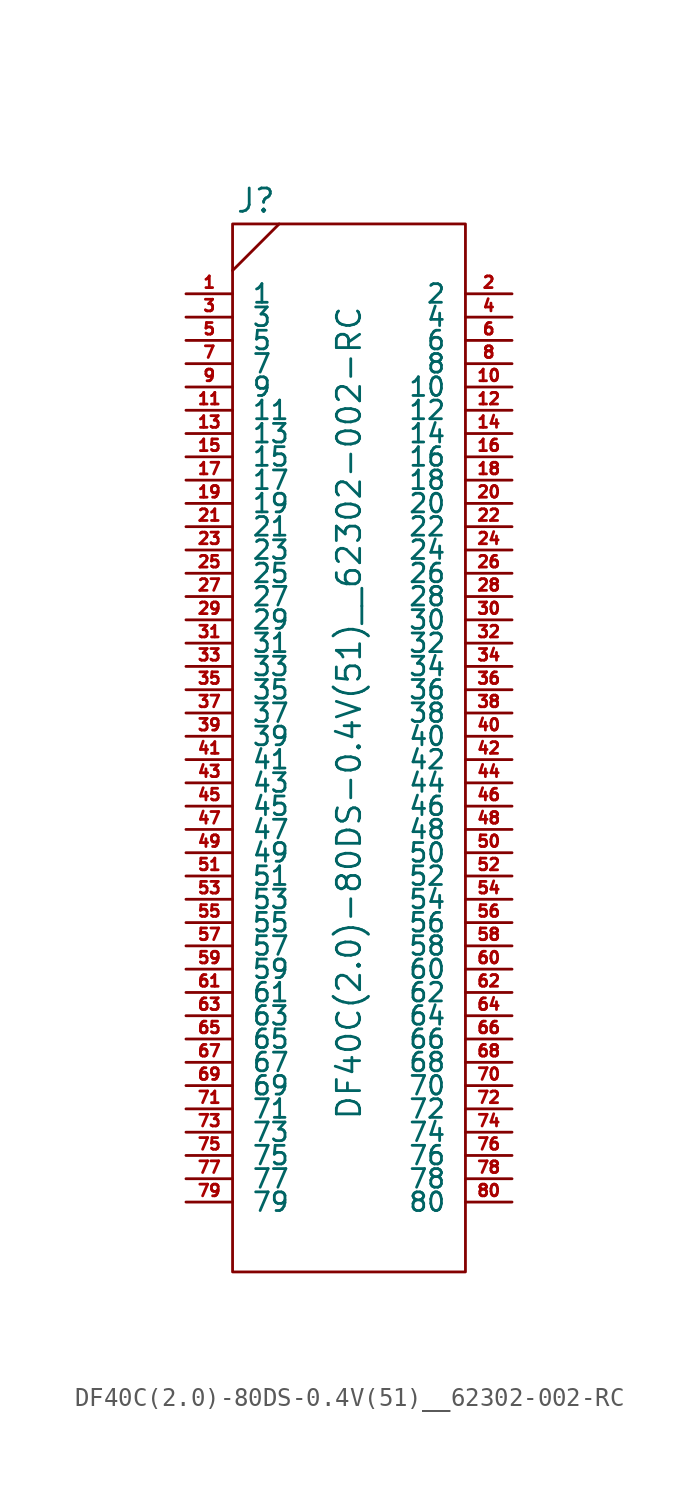
<source format=kicad_sym>
(kicad_symbol_lib
  (version 20231120)
  (generator "kicad_symbol_editor")
  (generator_version "8.0")
  (symbol "DF40C(2.0)-80DS-0.4V(51)__62302-002-RC"
    (pin_names
      (offset 1.016))
    (property "Reference" "J"
      (at -5.08 29.21 0)
      (effects (font (size 1.27 1.27))))
    (property "Value" "DF40C(2.0)-80DS-0.4V(51)__62302-002-RC"
      (at 0 1.27 90)
      (effects (font (size 1.27 1.27))))
    (symbol "DF40C(2.0)-80DS-0.4V(51)__62302-002-RC_0_1"
      (rectangle (start -6.35 27.94) (end 6.35 -29.21) (stroke (width 0) (type default)) (fill (type none)))
      (polyline (pts (xy -3.81 27.94) (xy -6.35 25.4)) (stroke (width 0) (type default)) (fill (type none))))
    (symbol "DF40C(2.0)-80DS-0.4V(51)__62302-002-RC_1_1"
      (pin passive line (at -8.89 24.13 0) (length 2.54) (name "1" (effects (font (size 1.016 1.016)))) (number "1" (effects (font (size 0.635 0.635)))))
      (pin passive line (at 8.89 19.05 180) (length 2.54) (name "10" (effects (font (size 1.016 1.016)))) (number "10" (effects (font (size 0.635 0.635)))))
      (pin passive line (at -8.89 17.78 0) (length 2.54) (name "11" (effects (font (size 1.016 1.016)))) (number "11" (effects (font (size 0.635 0.635)))))
      (pin passive line (at 8.89 17.78 180) (length 2.54) (name "12" (effects (font (size 1.016 1.016)))) (number "12" (effects (font (size 0.635 0.635)))))
      (pin passive line (at -8.89 16.51 0) (length 2.54) (name "13" (effects (font (size 1.016 1.016)))) (number "13" (effects (font (size 0.635 0.635)))))
      (pin passive line (at 8.89 16.51 180) (length 2.54) (name "14" (effects (font (size 1.016 1.016)))) (number "14" (effects (font (size 0.635 0.635)))))
      (pin passive line (at -8.89 15.24 0) (length 2.54) (name "15" (effects (font (size 1.016 1.016)))) (number "15" (effects (font (size 0.635 0.635)))))
      (pin passive line (at 8.89 15.24 180) (length 2.54) (name "16" (effects (font (size 1.016 1.016)))) (number "16" (effects (font (size 0.635 0.635)))))
      (pin passive line (at -8.89 13.97 0) (length 2.54) (name "17" (effects (font (size 1.016 1.016)))) (number "17" (effects (font (size 0.635 0.635)))))
      (pin passive line (at 8.89 13.97 180) (length 2.54) (name "18" (effects (font (size 1.016 1.016)))) (number "18" (effects (font (size 0.635 0.635)))))
      (pin passive line (at -8.89 12.7 0) (length 2.54) (name "19" (effects (font (size 1.016 1.016)))) (number "19" (effects (font (size 0.635 0.635)))))
      (pin passive line (at 8.89 24.13 180) (length 2.54) (name "2" (effects (font (size 1.016 1.016)))) (number "2" (effects (font (size 0.635 0.635)))))
      (pin passive line (at 8.89 12.7 180) (length 2.54) (name "20" (effects (font (size 1.016 1.016)))) (number "20" (effects (font (size 0.635 0.635)))))
      (pin passive line (at -8.89 11.43 0) (length 2.54) (name "21" (effects (font (size 1.016 1.016)))) (number "21" (effects (font (size 0.635 0.635)))))
      (pin passive line (at 8.89 11.43 180) (length 2.54) (name "22" (effects (font (size 1.016 1.016)))) (number "22" (effects (font (size 0.635 0.635)))))
      (pin passive line (at -8.89 10.16 0) (length 2.54) (name "23" (effects (font (size 1.016 1.016)))) (number "23" (effects (font (size 0.635 0.635)))))
      (pin passive line (at 8.89 10.16 180) (length 2.54) (name "24" (effects (font (size 1.016 1.016)))) (number "24" (effects (font (size 0.635 0.635)))))
      (pin passive line (at -8.89 8.89 0) (length 2.54) (name "25" (effects (font (size 1.016 1.016)))) (number "25" (effects (font (size 0.635 0.635)))))
      (pin passive line (at 8.89 8.89 180) (length 2.54) (name "26" (effects (font (size 1.016 1.016)))) (number "26" (effects (font (size 0.635 0.635)))))
      (pin passive line (at -8.89 7.62 0) (length 2.54) (name "27" (effects (font (size 1.016 1.016)))) (number "27" (effects (font (size 0.635 0.635)))))
      (pin passive line (at 8.89 7.62 180) (length 2.54) (name "28" (effects (font (size 1.016 1.016)))) (number "28" (effects (font (size 0.635 0.635)))))
      (pin passive line (at -8.89 6.35 0) (length 2.54) (name "29" (effects (font (size 1.016 1.016)))) (number "29" (effects (font (size 0.635 0.635)))))
      (pin passive line (at -8.89 22.86 0) (length 2.54) (name "3" (effects (font (size 1.016 1.016)))) (number "3" (effects (font (size 0.635 0.635)))))
      (pin passive line (at 8.89 6.35 180) (length 2.54) (name "30" (effects (font (size 1.016 1.016)))) (number "30" (effects (font (size 0.635 0.635)))))
      (pin passive line (at -8.89 5.08 0) (length 2.54) (name "31" (effects (font (size 1.016 1.016)))) (number "31" (effects (font (size 0.635 0.635)))))
      (pin passive line (at 8.89 5.08 180) (length 2.54) (name "32" (effects (font (size 1.016 1.016)))) (number "32" (effects (font (size 0.635 0.635)))))
      (pin passive line (at -8.89 3.81 0) (length 2.54) (name "33" (effects (font (size 1.016 1.016)))) (number "33" (effects (font (size 0.635 0.635)))))
      (pin passive line (at 8.89 3.81 180) (length 2.54) (name "34" (effects (font (size 1.016 1.016)))) (number "34" (effects (font (size 0.635 0.635)))))
      (pin passive line (at -8.89 2.54 0) (length 2.54) (name "35" (effects (font (size 1.016 1.016)))) (number "35" (effects (font (size 0.635 0.635)))))
      (pin passive line (at 8.89 2.54 180) (length 2.54) (name "36" (effects (font (size 1.016 1.016)))) (number "36" (effects (font (size 0.635 0.635)))))
      (pin passive line (at -8.89 1.27 0) (length 2.54) (name "37" (effects (font (size 1.016 1.016)))) (number "37" (effects (font (size 0.635 0.635)))))
      (pin passive line (at 8.89 1.27 180) (length 2.54) (name "38" (effects (font (size 1.016 1.016)))) (number "38" (effects (font (size 0.635 0.635)))))
      (pin passive line (at -8.89 0 0) (length 2.54) (name "39" (effects (font (size 1.016 1.016)))) (number "39" (effects (font (size 0.635 0.635)))))
      (pin passive line (at 8.89 22.86 180) (length 2.54) (name "4" (effects (font (size 1.016 1.016)))) (number "4" (effects (font (size 0.635 0.635)))))
      (pin passive line (at 8.89 0 180) (length 2.54) (name "40" (effects (font (size 1.016 1.016)))) (number "40" (effects (font (size 0.635 0.635)))))
      (pin passive line (at -8.89 -1.27 0) (length 2.54) (name "41" (effects (font (size 1.016 1.016)))) (number "41" (effects (font (size 0.635 0.635)))))
      (pin passive line (at 8.89 -1.27 180) (length 2.54) (name "42" (effects (font (size 1.016 1.016)))) (number "42" (effects (font (size 0.635 0.635)))))
      (pin passive line (at -8.89 -2.54 0) (length 2.54) (name "43" (effects (font (size 1.016 1.016)))) (number "43" (effects (font (size 0.635 0.635)))))
      (pin passive line (at 8.89 -2.54 180) (length 2.54) (name "44" (effects (font (size 1.016 1.016)))) (number "44" (effects (font (size 0.635 0.635)))))
      (pin passive line (at -8.89 -3.81 0) (length 2.54) (name "45" (effects (font (size 1.016 1.016)))) (number "45" (effects (font (size 0.635 0.635)))))
      (pin passive line (at 8.89 -3.81 180) (length 2.54) (name "46" (effects (font (size 1.016 1.016)))) (number "46" (effects (font (size 0.635 0.635)))))
      (pin passive line (at -8.89 -5.08 0) (length 2.54) (name "47" (effects (font (size 1.016 1.016)))) (number "47" (effects (font (size 0.635 0.635)))))
      (pin passive line (at 8.89 -5.08 180) (length 2.54) (name "48" (effects (font (size 1.016 1.016)))) (number "48" (effects (font (size 0.635 0.635)))))
      (pin passive line (at -8.89 -6.35 0) (length 2.54) (name "49" (effects (font (size 1.016 1.016)))) (number "49" (effects (font (size 0.635 0.635)))))
      (pin passive line (at -8.89 21.59 0) (length 2.54) (name "5" (effects (font (size 1.016 1.016)))) (number "5" (effects (font (size 0.635 0.635)))))
      (pin passive line (at 8.89 -6.35 180) (length 2.54) (name "50" (effects (font (size 1.016 1.016)))) (number "50" (effects (font (size 0.635 0.635)))))
      (pin passive line (at -8.89 -7.62 0) (length 2.54) (name "51" (effects (font (size 1.016 1.016)))) (number "51" (effects (font (size 0.635 0.635)))))
      (pin passive line (at 8.89 -7.62 180) (length 2.54) (name "52" (effects (font (size 1.016 1.016)))) (number "52" (effects (font (size 0.635 0.635)))))
      (pin passive line (at -8.89 -8.89 0) (length 2.54) (name "53" (effects (font (size 1.016 1.016)))) (number "53" (effects (font (size 0.635 0.635)))))
      (pin passive line (at 8.89 -8.89 180) (length 2.54) (name "54" (effects (font (size 1.016 1.016)))) (number "54" (effects (font (size 0.635 0.635)))))
      (pin passive line (at -8.89 -10.16 0) (length 2.54) (name "55" (effects (font (size 1.016 1.016)))) (number "55" (effects (font (size 0.635 0.635)))))
      (pin passive line (at 8.89 -10.16 180) (length 2.54) (name "56" (effects (font (size 1.016 1.016)))) (number "56" (effects (font (size 0.635 0.635)))))
      (pin passive line (at -8.89 -11.43 0) (length 2.54) (name "57" (effects (font (size 1.016 1.016)))) (number "57" (effects (font (size 0.635 0.635)))))
      (pin passive line (at 8.89 -11.43 180) (length 2.54) (name "58" (effects (font (size 1.016 1.016)))) (number "58" (effects (font (size 0.635 0.635)))))
      (pin passive line (at -8.89 -12.7 0) (length 2.54) (name "59" (effects (font (size 1.016 1.016)))) (number "59" (effects (font (size 0.635 0.635)))))
      (pin passive line (at 8.89 21.59 180) (length 2.54) (name "6" (effects (font (size 1.016 1.016)))) (number "6" (effects (font (size 0.635 0.635)))))
      (pin passive line (at 8.89 -12.7 180) (length 2.54) (name "60" (effects (font (size 1.016 1.016)))) (number "60" (effects (font (size 0.635 0.635)))))
      (pin passive line (at -8.89 -13.97 0) (length 2.54) (name "61" (effects (font (size 1.016 1.016)))) (number "61" (effects (font (size 0.635 0.635)))))
      (pin passive line (at 8.89 -13.97 180) (length 2.54) (name "62" (effects (font (size 1.016 1.016)))) (number "62" (effects (font (size 0.635 0.635)))))
      (pin passive line (at -8.89 -15.24 0) (length 2.54) (name "63" (effects (font (size 1.016 1.016)))) (number "63" (effects (font (size 0.635 0.635)))))
      (pin passive line (at 8.89 -15.24 180) (length 2.54) (name "64" (effects (font (size 1.016 1.016)))) (number "64" (effects (font (size 0.635 0.635)))))
      (pin passive line (at -8.89 -16.51 0) (length 2.54) (name "65" (effects (font (size 1.016 1.016)))) (number "65" (effects (font (size 0.635 0.635)))))
      (pin passive line (at 8.89 -16.51 180) (length 2.54) (name "66" (effects (font (size 1.016 1.016)))) (number "66" (effects (font (size 0.635 0.635)))))
      (pin passive line (at -8.89 -17.78 0) (length 2.54) (name "67" (effects (font (size 1.016 1.016)))) (number "67" (effects (font (size 0.635 0.635)))))
      (pin passive line (at 8.89 -17.78 180) (length 2.54) (name "68" (effects (font (size 1.016 1.016)))) (number "68" (effects (font (size 0.635 0.635)))))
      (pin passive line (at -8.89 -19.05 0) (length 2.54) (name "69" (effects (font (size 1.016 1.016)))) (number "69" (effects (font (size 0.635 0.635)))))
      (pin passive line (at -8.89 20.32 0) (length 2.54) (name "7" (effects (font (size 1.016 1.016)))) (number "7" (effects (font (size 0.635 0.635)))))
      (pin passive line (at 8.89 -19.05 180) (length 2.54) (name "70" (effects (font (size 1.016 1.016)))) (number "70" (effects (font (size 0.635 0.635)))))
      (pin passive line (at -8.89 -20.32 0) (length 2.54) (name "71" (effects (font (size 1.016 1.016)))) (number "71" (effects (font (size 0.635 0.635)))))
      (pin passive line (at 8.89 -20.32 180) (length 2.54) (name "72" (effects (font (size 1.016 1.016)))) (number "72" (effects (font (size 0.635 0.635)))))
      (pin passive line (at -8.89 -21.59 0) (length 2.54) (name "73" (effects (font (size 1.016 1.016)))) (number "73" (effects (font (size 0.635 0.635)))))
      (pin passive line (at 8.89 -21.59 180) (length 2.54) (name "74" (effects (font (size 1.016 1.016)))) (number "74" (effects (font (size 0.635 0.635)))))
      (pin passive line (at -8.89 -22.86 0) (length 2.54) (name "75" (effects (font (size 1.016 1.016)))) (number "75" (effects (font (size 0.635 0.635)))))
      (pin passive line (at 8.89 -22.86 180) (length 2.54) (name "76" (effects (font (size 1.016 1.016)))) (number "76" (effects (font (size 0.635 0.635)))))
      (pin passive line (at -8.89 -24.13 0) (length 2.54) (name "77" (effects (font (size 1.016 1.016)))) (number "77" (effects (font (size 0.635 0.635)))))
      (pin passive line (at 8.89 -24.13 180) (length 2.54) (name "78" (effects (font (size 1.016 1.016)))) (number "78" (effects (font (size 0.635 0.635)))))
      (pin passive line (at -8.89 -25.4 0) (length 2.54) (name "79" (effects (font (size 1.016 1.016)))) (number "79" (effects (font (size 0.635 0.635)))))
      (pin passive line (at 8.89 20.32 180) (length 2.54) (name "8" (effects (font (size 1.016 1.016)))) (number "8" (effects (font (size 0.635 0.635)))))
      (pin passive line (at 8.89 -25.4 180) (length 2.54) (name "80" (effects (font (size 1.016 1.016)))) (number "80" (effects (font (size 0.635 0.635)))))
      (pin passive line (at -8.89 19.05 0) (length 2.54) (name "9" (effects (font (size 1.016 1.016)))) (number "9" (effects (font (size 0.635 0.635))))))))
</source>
